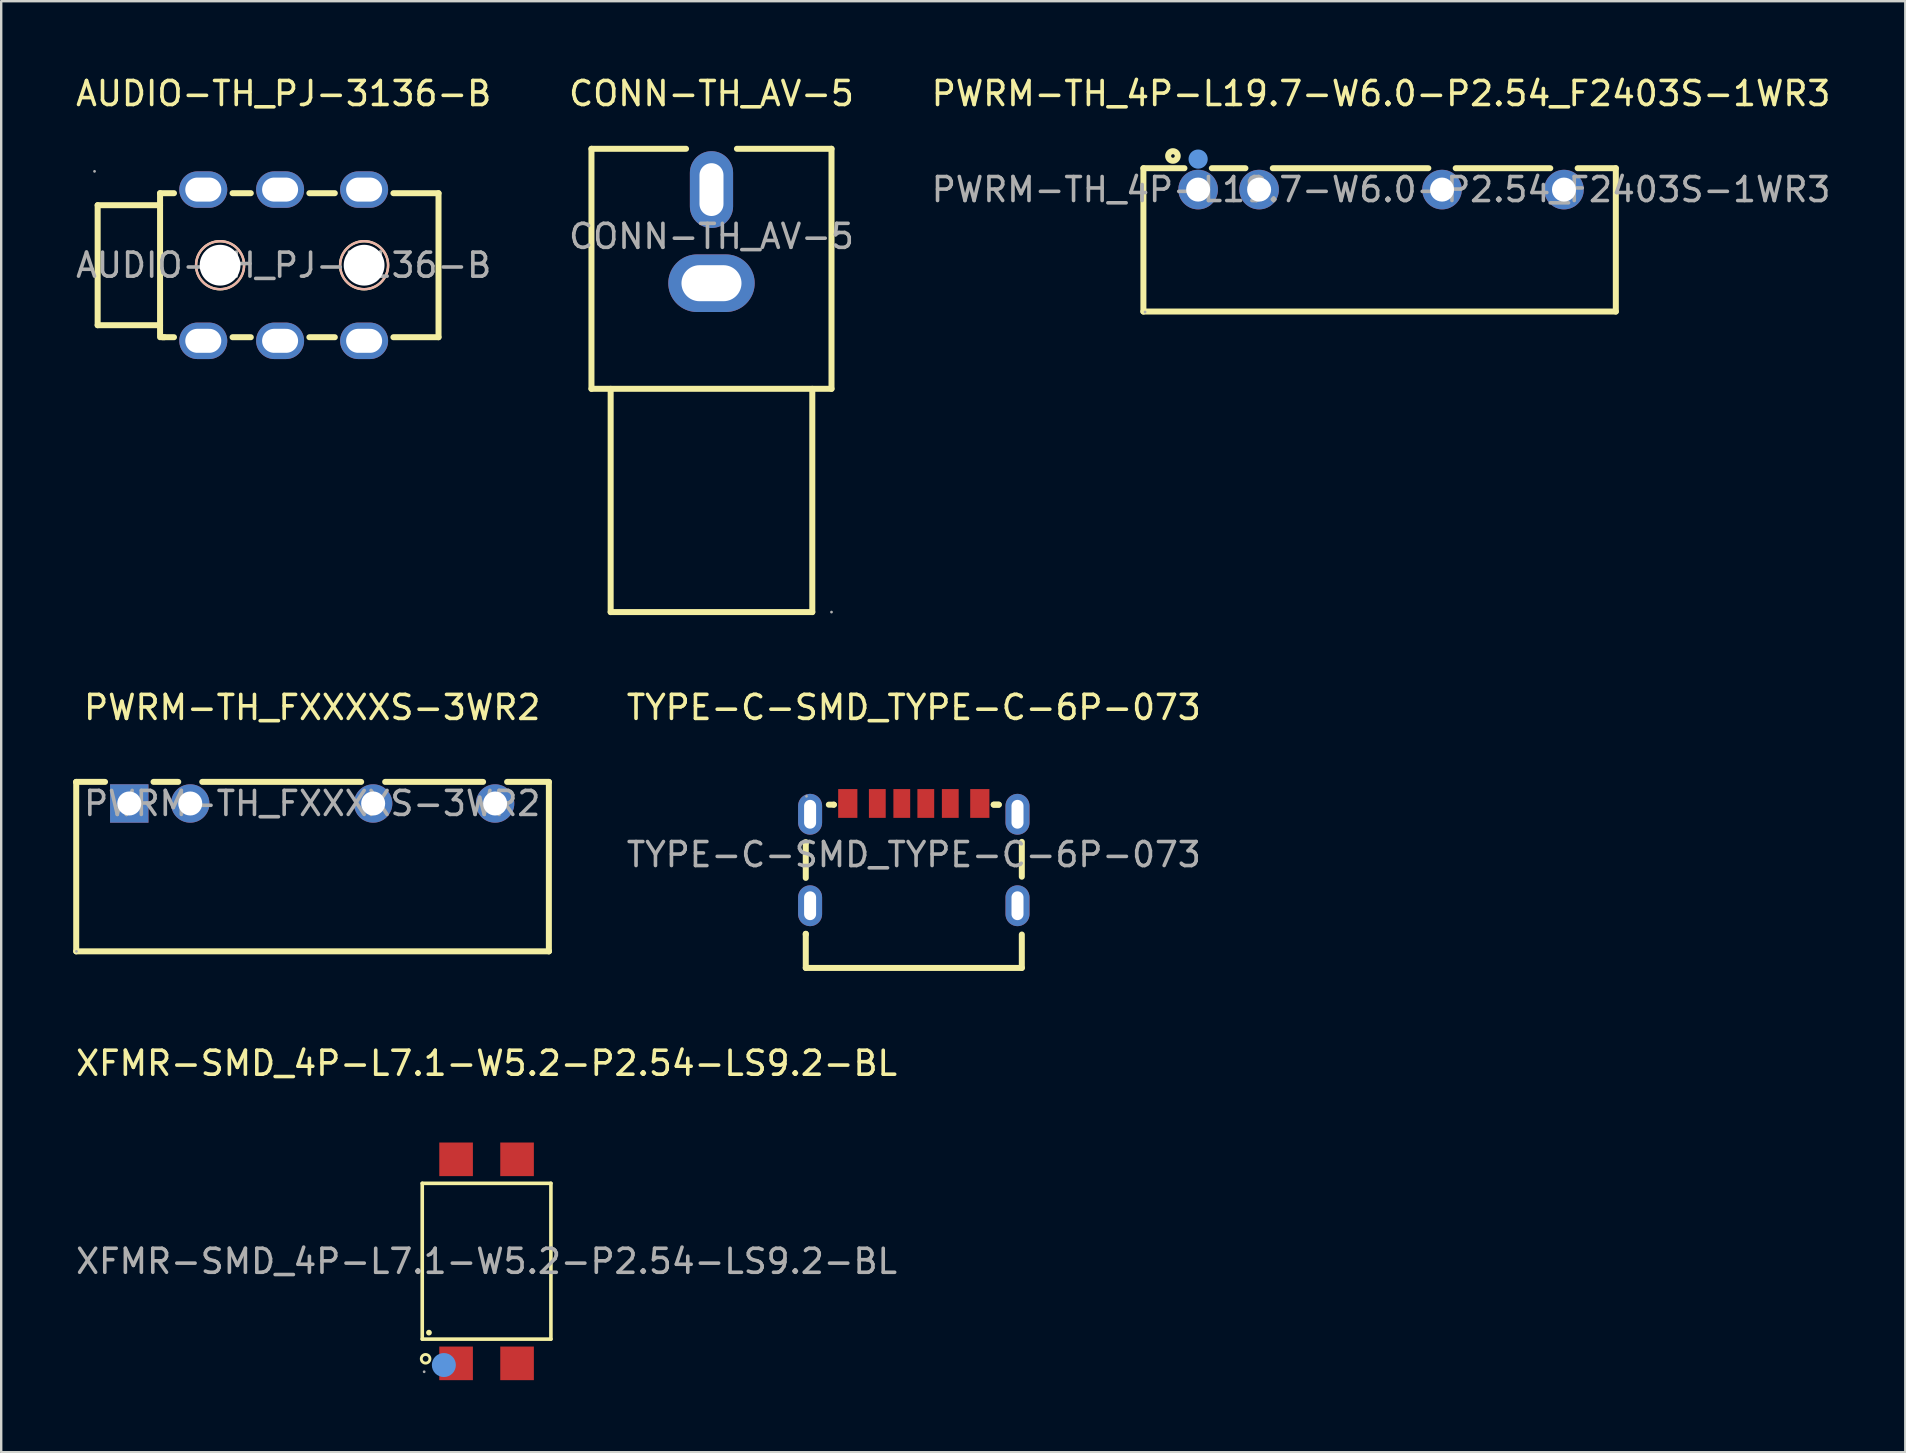
<source format=kicad_pcb>
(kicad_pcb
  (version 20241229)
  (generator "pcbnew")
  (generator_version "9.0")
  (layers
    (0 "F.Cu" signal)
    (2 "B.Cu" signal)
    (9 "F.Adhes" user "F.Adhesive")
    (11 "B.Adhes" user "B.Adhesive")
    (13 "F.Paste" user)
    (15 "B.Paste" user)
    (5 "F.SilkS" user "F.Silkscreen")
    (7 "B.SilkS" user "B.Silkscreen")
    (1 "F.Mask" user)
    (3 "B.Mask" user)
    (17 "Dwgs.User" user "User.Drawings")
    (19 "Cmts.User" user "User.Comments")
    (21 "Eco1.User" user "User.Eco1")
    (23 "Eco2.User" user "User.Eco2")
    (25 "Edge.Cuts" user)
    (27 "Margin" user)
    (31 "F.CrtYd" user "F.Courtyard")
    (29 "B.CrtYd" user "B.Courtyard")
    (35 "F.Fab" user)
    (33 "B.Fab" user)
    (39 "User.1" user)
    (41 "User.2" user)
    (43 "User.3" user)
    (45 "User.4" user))
  (footprint "TYPE-C-SMD_TYPE-C-6P-073"
    (layer "F.Cu")
    (at 35.017 32.551)
    (property "Reference" "TYPE-C-SMD_TYPE-C-6P-073" (at 0 -6.13 0) (layer "F.SilkS") (effects (font (size 1 1) (thickness 0.15))))
    (attr smd)
    (fp_line (start -4.5 -0.48) (end -4.5 -0.52) (stroke (width 0.25) (type solid)) (layer "F.SilkS"))
    (fp_line (start -4.5 -0.48) (end -4.5 0.97) (stroke (width 0.25) (type solid)) (layer "F.SilkS"))
    (fp_line (start -4.5 3.3) (end -4.5 4.72) (stroke (width 0.25) (type solid)) (layer "F.SilkS"))
    (fp_line (start -4.5 3.33) (end -4.5 3.3) (stroke (width 0.25) (type solid)) (layer "F.SilkS"))
    (fp_line (start -4.5 4.72) (end 4.5 4.72) (stroke (width 0.25) (type solid)) (layer "F.SilkS"))
    (fp_line (start -3.54 -2.08) (end -3.33 -2.08) (stroke (width 0.25) (type solid)) (layer "F.SilkS"))
    (fp_line (start -3.33 -2.08) (end -3.33 -2.08) (stroke (width 0.25) (type solid)) (layer "F.SilkS"))
    (fp_line (start 3.33 -2.08) (end 3.54 -2.08) (stroke (width 0.25) (type solid)) (layer "F.SilkS"))
    (fp_line (start 3.33 -2.08) (end 3.54 -2.08) (stroke (width 0.25) (type solid)) (layer "F.SilkS"))
    (fp_line (start 4.5 0.92) (end 4.5 -0.53) (stroke (width 0.25) (type solid)) (layer "F.SilkS"))
    (fp_line (start 4.5 4.72) (end 4.5 3.33) (stroke (width 0.25) (type solid)) (layer "F.SilkS"))
    (fp_circle (center -4.47 -2.43) (end -4.44 -2.43) (stroke (width 0.06) (type solid)) (fill no) (layer "F.Fab"))
    (fp_text user "${REFERENCE}" (at 0 0 0) (layer "F.Fab") (effects (font (size 1 1) (thickness 0.15))))
    (pad "A5" smd rect (at -0.5 -2.13) (size 0.7 1.2) (layers "F.Cu" "F.Mask" "F.Paste"))
    (pad "A9" smd rect (at 1.52 -2.13) (size 0.7 1.2) (layers "F.Cu" "F.Mask" "F.Paste"))
    (pad "A12" smd rect (at 2.75 -2.13) (size 0.8 1.2) (layers "F.Cu" "F.Mask" "F.Paste"))
    (pad "B5" smd rect (at 0.5 -2.13) (size 0.7 1.2) (layers "F.Cu" "F.Mask" "F.Paste"))
    (pad "B9" smd rect (at -1.52 -2.13) (size 0.7 1.2) (layers "F.Cu" "F.Mask" "F.Paste"))
    (pad "B12" smd rect (at -2.75 -2.13) (size 0.8 1.2) (layers "F.Cu" "F.Mask" "F.Paste"))
    (pad "S1" thru_hole oval (at -4.32 -1.68) (size 1 1.7) (drill oval 0.5 1.2) (layers "*.Cu" "*.Mask"))
    (pad "S1" thru_hole oval (at -4.32 2.13) (size 1 1.7) (drill oval 0.5 1.2) (layers "*.Cu" "*.Mask"))
    (pad "S1" thru_hole oval (at 4.32 -1.68) (size 1 1.7) (drill oval 0.5 1.2) (layers "*.Cu" "*.Mask"))
    (pad "S1" thru_hole oval (at 4.32 2.13) (size 1 1.7) (drill oval 0.5 1.2) (layers "*.Cu" "*.Mask")))
  (footprint "XFMR-SMD_4P-L7.1-W5.2-P2.54-LS9.2-BL"
    (layer "F.Cu")
    (at 17.22 49.495)
    (property "Reference" "XFMR-SMD_4P-L7.1-W5.2-P2.54-LS9.2-BL" (at 0 -8.25 0) (layer "F.SilkS") (effects (font (size 1 1) (thickness 0.15))))
    (attr smd)
    (fp_line (start -2.68 -3.25) (end 2.68 -3.25) (stroke (width 0.15) (type solid)) (layer "F.SilkS"))
    (fp_line (start -2.68 3.24) (end -2.68 -3.25) (stroke (width 0.15) (type solid)) (layer "F.SilkS"))
    (fp_line (start 2.68 -3.25) (end 2.68 3.24) (stroke (width 0.15) (type solid)) (layer "F.SilkS"))
    (fp_line (start 2.68 3.24) (end -2.68 3.24) (stroke (width 0.15) (type solid)) (layer "F.SilkS"))
    (fp_circle (center -2.54 4.06) (end -2.36 4.06) (stroke (width 0.12) (type solid)) (fill no) (layer "F.SilkS"))
    (fp_circle (center -2.4 2.97) (end -2.34 2.97) (stroke (width 0.12) (type solid)) (fill no) (layer "F.SilkS"))
    (fp_circle (center -1.78 4.32) (end -1.53 4.32) (stroke (width 0.5) (type solid)) (fill no) (layer "Cmts.User"))
    (fp_circle (center -2.6 4.6) (end -2.57 4.6) (stroke (width 0.06) (type solid)) (fill no) (layer "F.Fab"))
    (fp_text user "${REFERENCE}" (at 0 0 0) (layer "F.Fab") (effects (font (size 1 1) (thickness 0.15))))
    (pad "1" smd rect (at -1.27 4.25) (size 1.4 1.4) (layers "F.Cu" "F.Mask" "F.Paste"))
    (pad "2" smd rect (at 1.27 4.25) (size 1.4 1.4) (layers "F.Cu" "F.Mask" "F.Paste"))
    (pad "3" smd rect (at 1.27 -4.25) (size 1.4 1.4) (layers "F.Cu" "F.Mask" "F.Paste"))
    (pad "4" smd rect (at -1.27 -4.25) (size 1.4 1.4) (layers "F.Cu" "F.Mask" "F.Paste")))
  (footprint "PWRM-TH_4P-L19.7-W6.0-P2.54_F2403S-1WR3"
    (layer "F.Cu")
    (at 54.482 4.848)
    (property "Reference" "PWRM-TH_4P-L19.7-W6.0-P2.54_F2403S-1WR3" (at 0 -4 0) (layer "F.SilkS") (effects (font (size 1 1) (thickness 0.15))))
    (attr through_hole)
    (fp_line (start -9.9 -0.89) (end -9.9 5.08) (stroke (width 0.25) (type solid)) (layer "F.SilkS"))
    (fp_line (start -9.9 5.08) (end 9.78 5.08) (stroke (width 0.25) (type solid)) (layer "F.SilkS"))
    (fp_line (start -8.19 -0.89) (end -9.9 -0.89) (stroke (width 0.25) (type solid)) (layer "F.SilkS"))
    (fp_line (start -5.65 -0.89) (end -7.05 -0.89) (stroke (width 0.25) (type solid)) (layer "F.SilkS"))
    (fp_line (start 1.97 -0.89) (end -4.51 -0.89) (stroke (width 0.25) (type solid)) (layer "F.SilkS"))
    (fp_line (start 7.05 -0.89) (end 3.11 -0.89) (stroke (width 0.25) (type solid)) (layer "F.SilkS"))
    (fp_line (start 9.78 -0.89) (end 8.19 -0.89) (stroke (width 0.25) (type solid)) (layer "F.SilkS"))
    (fp_line (start 9.78 5.08) (end 9.78 -0.89) (stroke (width 0.25) (type solid)) (layer "F.SilkS"))
    (fp_circle (center -8.67 -1.4) (end -8.47 -1.4) (stroke (width 0.25) (type solid)) (fill no) (layer "F.SilkS"))
    (fp_circle (center -7.62 -1.27) (end -7.42 -1.27) (stroke (width 0.4) (type solid)) (fill no) (layer "Cmts.User"))
    (fp_circle (center -9.83 5.1) (end -9.8 5.1) (stroke (width 0.06) (type solid)) (fill no) (layer "F.Fab"))
    (fp_text user "${REFERENCE}" (at 0 0 0) (layer "F.Fab") (effects (font (size 1 1) (thickness 0.15))))
    (pad "1" thru_hole circle (at -7.62 0) (size 1.65 1.65) (drill 1) (layers "*.Cu" "*.Mask"))
    (pad "2" thru_hole circle (at -5.08 0) (size 1.65 1.65) (drill 1) (layers "*.Cu" "*.Mask"))
    (pad "5" thru_hole circle (at 2.54 0) (size 1.65 1.65) (drill 1) (layers "*.Cu" "*.Mask"))
    (pad "7" thru_hole circle (at 7.62 0) (size 1.65 1.65) (drill 1) (layers "*.Cu" "*.Mask")))
  (footprint "AUDIO-TH_PJ-3136-B"
    (layer "F.Cu")
    (at 8.768 7.998)
    (property "Reference" "AUDIO-TH_PJ-3136-B" (at 0 -7.15 0) (layer "F.SilkS") (effects (font (size 1 1) (thickness 0.15))))
    (attr through_hole)
    (fp_line (start -7.75 -2.5) (end -7.75 2.5) (stroke (width 0.25) (type solid)) (layer "F.SilkS"))
    (fp_line (start -7.75 2.5) (end -5.15 2.5) (stroke (width 0.25) (type solid)) (layer "F.SilkS"))
    (fp_line (start -5.15 -3) (end -4.57 -3) (stroke (width 0.25) (type solid)) (layer "F.SilkS"))
    (fp_line (start -5.15 -2.5) (end -7.75 -2.5) (stroke (width 0.25) (type solid)) (layer "F.SilkS"))
    (fp_line (start -5.15 3) (end -5.15 -3) (stroke (width 0.25) (type solid)) (layer "F.SilkS"))
    (fp_line (start -5.06 3) (end -4.97 3) (stroke (width 0.25) (type solid)) (layer "F.SilkS"))
    (fp_line (start -5.06 3) (end -4.57 3) (stroke (width 0.25) (type solid)) (layer "F.SilkS"))
    (fp_line (start -2.13 -3) (end -1.37 -3) (stroke (width 0.25) (type solid)) (layer "F.SilkS"))
    (fp_line (start -2.13 3) (end -1.37 3) (stroke (width 0.25) (type solid)) (layer "F.SilkS"))
    (fp_line (start 1.07 -3) (end 2.13 -3) (stroke (width 0.25) (type solid)) (layer "F.SilkS"))
    (fp_line (start 1.07 3) (end 2.13 3) (stroke (width 0.25) (type solid)) (layer "F.SilkS"))
    (fp_line (start 4.57 -3) (end 6.45 -3) (stroke (width 0.25) (type solid)) (layer "F.SilkS"))
    (fp_line (start 4.57 3) (end 6.45 3) (stroke (width 0.25) (type solid)) (layer "F.SilkS"))
    (fp_line (start 6.45 -3) (end 6.45 3) (stroke (width 0.25) (type solid)) (layer "F.SilkS"))
    (fp_circle (center -2.65 0) (end -1.65 0) (stroke (width 0.1) (type solid)) (fill no) (layer "F.SilkS"))
    (fp_circle (center 3.35 0) (end 4.35 0) (stroke (width 0.1) (type solid)) (fill no) (layer "F.SilkS"))
    (fp_circle (center -2.65 0) (end -1.65 0) (stroke (width 0.1) (type solid)) (fill no) (layer "B.SilkS"))
    (fp_circle (center 3.35 0) (end 4.35 0) (stroke (width 0.1) (type solid)) (fill no) (layer "B.SilkS"))
    (fp_circle (center -7.88 -3.91) (end -7.85 -3.91) (stroke (width 0.06) (type solid)) (fill no) (layer "F.Fab"))
    (fp_circle (center -2.65 0) (end -2.27 0) (stroke (width 0.75) (type solid)) (fill no) (layer "F.Fab"))
    (fp_circle (center 3.35 0) (end 3.73 0) (stroke (width 0.75) (type solid)) (fill no) (layer "F.Fab"))
    (fp_text user "${REFERENCE}" (at 0 0 0) (layer "F.Fab") (effects (font (size 1 1) (thickness 0.15))))
    (pad "" np_thru_hole circle (at -2.65 0) (size 1.7 1.7) (drill 1.7) (layers "*.Cu" "*.Mask"))
    (pad "" np_thru_hole circle (at 3.35 0) (size 1.7 1.7) (drill 1.7) (layers "*.Cu" "*.Mask"))
    (pad "R" thru_hole oval (at -0.15 -3.15 90) (size 1.52 2) (drill oval 1 1.5) (layers "*.Cu" "*.Mask"))
    (pad "R" thru_hole oval (at -0.15 3.15 90) (size 1.52 2) (drill oval 1 1.5) (layers "*.Cu" "*.Mask"))
    (pad "S" thru_hole oval (at -3.35 -3.15 90) (size 1.52 2) (drill oval 1 1.5) (layers "*.Cu" "*.Mask"))
    (pad "S" thru_hole oval (at -3.35 3.15 90) (size 1.52 2) (drill oval 1 1.5) (layers "*.Cu" "*.Mask"))
    (pad "T" thru_hole oval (at 3.35 -3.15 90) (size 1.52 2) (drill oval 1 1.5) (layers "*.Cu" "*.Mask"))
    (pad "T" thru_hole oval (at 3.35 3.15 90) (size 1.52 2) (drill oval 1 1.5) (layers "*.Cu" "*.Mask")))
  (footprint "CONN-TH_AV-5"
    (layer "F.Cu")
    (at 26.589 6.798)
    (property "Reference" "CONN-TH_AV-5" (at 0 -5.95 0) (layer "F.SilkS") (effects (font (size 1 1) (thickness 0.15))))
    (attr through_hole)
    (fp_line (start -5 -3.65) (end -1.06 -3.65) (stroke (width 0.25) (type solid)) (layer "F.SilkS"))
    (fp_line (start -5 6.35) (end -5 -3.65) (stroke (width 0.25) (type solid)) (layer "F.SilkS"))
    (fp_line (start -5 6.35) (end 5 6.35) (stroke (width 0.25) (type solid)) (layer "F.SilkS"))
    (fp_line (start -4.2 6.35) (end -4.2 15.65) (stroke (width 0.25) (type solid)) (layer "F.SilkS"))
    (fp_line (start -4.2 15.65) (end 4.2 15.65) (stroke (width 0.25) (type solid)) (layer "F.SilkS"))
    (fp_line (start 1.06 -3.65) (end 5 -3.65) (stroke (width 0.25) (type solid)) (layer "F.SilkS"))
    (fp_line (start 4.2 6.35) (end 4.2 15.65) (stroke (width 0.25) (type solid)) (layer "F.SilkS"))
    (fp_line (start 5 -3.65) (end 5 6.35) (stroke (width 0.25) (type solid)) (layer "F.SilkS"))
    (fp_circle (center 5 15.65) (end 5.03 15.65) (stroke (width 0.06) (type solid)) (fill no) (layer "F.Fab"))
    (fp_text user "${REFERENCE}" (at 0 0 0) (layer "F.Fab") (effects (font (size 1 1) (thickness 0.15))))
    (pad "1" thru_hole oval (at 0 1.95) (size 3.6 2.4) (drill oval 2.5 1.5) (layers "*.Cu" "*.Mask"))
    (pad "2" thru_hole oval (at 0 -1.95 90) (size 3.2 1.8) (drill oval 2.2 1) (layers "*.Cu" "*.Mask")))
  (footprint "PWRM-TH_FXXXXS-3WR2"
    (layer "F.Cu")
    (at 9.955 30.422)
    (property "Reference" "PWRM-TH_FXXXXS-3WR2" (at 0 -4 0) (layer "F.SilkS") (effects (font (size 1 1) (thickness 0.15))))
    (attr through_hole)
    (fp_line (start -9.83 -0.9) (end -9.83 -0.89) (stroke (width 0.25) (type solid)) (layer "F.SilkS"))
    (fp_line (start -9.83 -0.89) (end -9.83 6.16) (stroke (width 0.25) (type solid)) (layer "F.SilkS"))
    (fp_line (start -9.83 6.16) (end 9.86 6.16) (stroke (width 0.25) (type solid)) (layer "F.SilkS"))
    (fp_line (start -8.63 -0.9) (end -9.83 -0.9) (stroke (width 0.25) (type solid)) (layer "F.SilkS"))
    (fp_line (start -5.58 -0.9) (end -6.61 -0.9) (stroke (width 0.25) (type solid)) (layer "F.SilkS"))
    (fp_line (start -4.58 -0.9) (end 2.04 -0.9) (stroke (width 0.25) (type solid)) (layer "F.SilkS"))
    (fp_line (start 3.04 -0.9) (end 7.12 -0.9) (stroke (width 0.25) (type solid)) (layer "F.SilkS"))
    (fp_line (start 8.12 -0.9) (end 9.86 -0.9) (stroke (width 0.25) (type solid)) (layer "F.SilkS"))
    (fp_line (start 9.86 -0.9) (end 9.86 6.15) (stroke (width 0.25) (type solid)) (layer "F.SilkS"))
    (fp_line (start 9.86 6.16) (end 9.86 6.15) (stroke (width 0.25) (type solid)) (layer "F.SilkS"))
    (fp_circle (center -9.82 6.16) (end -9.79 6.16) (stroke (width 0.06) (type solid)) (fill no) (layer "F.Fab"))
    (fp_text user "${REFERENCE}" (at 0 0 0) (layer "F.Fab") (effects (font (size 1 1) (thickness 0.15))))
    (pad "1" thru_hole rect (at -7.62 0) (size 1.6 1.6) (drill 1) (layers "*.Cu" "*.Mask"))
    (pad "2" thru_hole circle (at -5.08 0) (size 1.6 1.6) (drill 1) (layers "*.Cu" "*.Mask"))
    (pad "5" thru_hole circle (at 2.54 0) (size 1.6 1.6) (drill 1) (layers "*.Cu" "*.Mask"))
    (pad "7" thru_hole circle (at 7.62 0) (size 1.6 1.6) (drill 1) (layers "*.Cu" "*.Mask")))
  (gr_rect
    (start -3 -3)
    (end 76.321 57.445)
    (stroke (width 0.1) (type default))
    (fill no)
    (layer "Edge.Cuts")))
</source>
